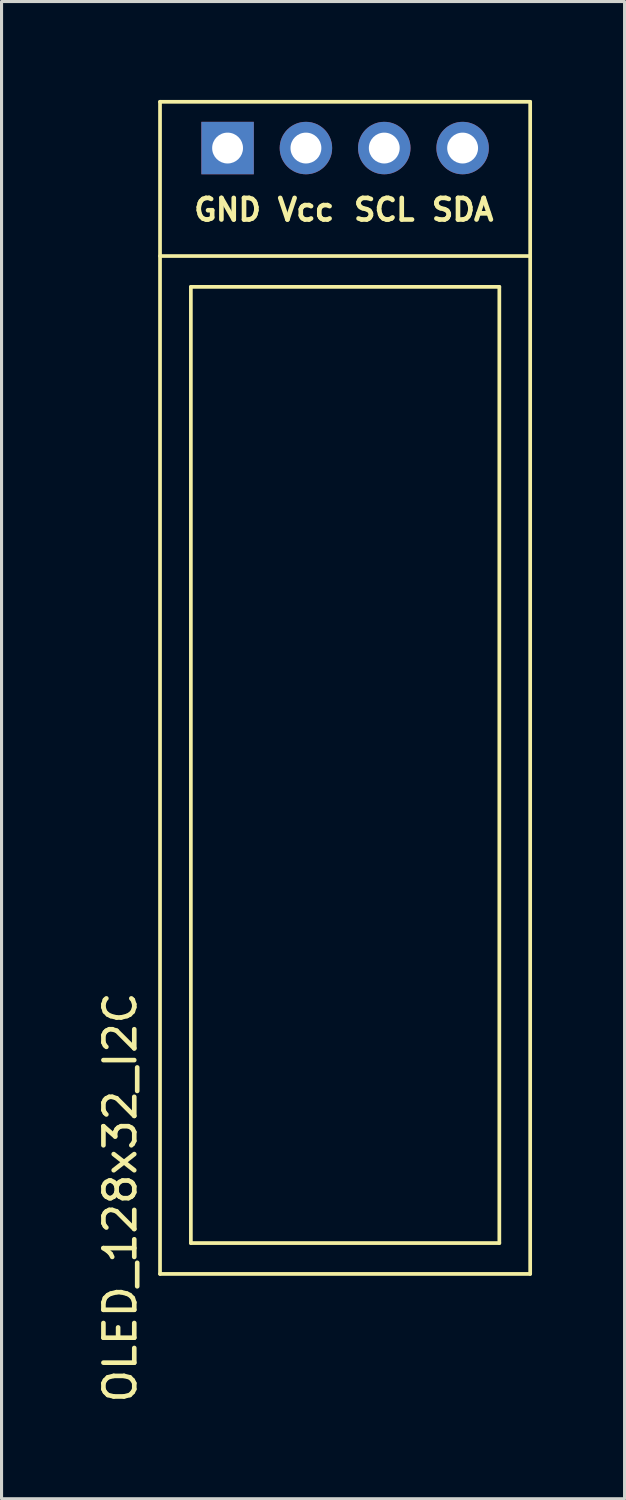
<source format=kicad_pcb>
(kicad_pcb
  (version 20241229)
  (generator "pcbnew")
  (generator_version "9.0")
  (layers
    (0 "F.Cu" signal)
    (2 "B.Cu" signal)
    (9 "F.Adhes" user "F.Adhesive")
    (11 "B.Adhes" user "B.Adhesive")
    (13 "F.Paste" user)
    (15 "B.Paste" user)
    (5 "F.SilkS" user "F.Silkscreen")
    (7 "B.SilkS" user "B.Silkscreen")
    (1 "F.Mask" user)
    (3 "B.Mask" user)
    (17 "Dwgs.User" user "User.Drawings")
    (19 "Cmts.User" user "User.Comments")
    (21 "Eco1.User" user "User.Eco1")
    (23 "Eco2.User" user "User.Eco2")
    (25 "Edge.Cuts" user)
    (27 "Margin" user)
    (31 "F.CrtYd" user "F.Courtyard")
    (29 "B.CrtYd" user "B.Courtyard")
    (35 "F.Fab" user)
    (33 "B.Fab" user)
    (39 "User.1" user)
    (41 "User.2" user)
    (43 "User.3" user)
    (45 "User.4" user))
  (footprint "OLED_128x32_I2C"
    (layer "F.Cu")
    (at 2.138 0.25)
    (property "Reference" "OLED_128x32_I2C" (at -1.29 35.52 270) (layer "F.SilkS") (effects (font (size 1 1) (thickness 0.15))))
    (attr through_hole)
    (fp_line (start 0 0) (end 0 38) (stroke (width 0.12) (type solid)) (layer "F.SilkS"))
    (fp_line (start 0 5) (end 12 5) (stroke (width 0.12) (type solid)) (layer "F.SilkS"))
    (fp_line (start 0 38) (end 12 38) (stroke (width 0.12) (type solid)) (layer "F.SilkS"))
    (fp_line (start 1 6) (end 1 37) (stroke (width 0.12) (type solid)) (layer "F.SilkS"))
    (fp_line (start 1 6) (end 11 6) (stroke (width 0.12) (type solid)) (layer "F.SilkS"))
    (fp_line (start 1 37) (end 11 37) (stroke (width 0.12) (type solid)) (layer "F.SilkS"))
    (fp_line (start 11 37) (end 11 6) (stroke (width 0.12) (type solid)) (layer "F.SilkS"))
    (fp_line (start 12 0) (end 0 0) (stroke (width 0.12) (type solid)) (layer "F.SilkS"))
    (fp_line (start 12 38) (end 12 0) (stroke (width 0.12) (type solid)) (layer "F.SilkS"))
    (fp_text user "Vcc" (at 4.73 3.5 180) (layer "F.SilkS") (effects (font (size 0.7 0.7) (thickness 0.15))))
    (fp_text user "SCL" (at 7.27 3.5 180) (layer "F.SilkS") (effects (font (size 0.7 0.7) (thickness 0.15))))
    (fp_text user "GND" (at 2.19 3.5 180) (layer "F.SilkS") (effects (font (size 0.7 0.7) (thickness 0.15))))
    (fp_text user "SDA" (at 9.81 3.5 180) (layer "F.SilkS") (effects (font (size 0.7 0.7) (thickness 0.15))))
    (pad "0" thru_hole rect (at 2.19 1.5 90) (size 1.7 1.7) (drill 1) (layers "*.Cu" "*.Mask"))
    (pad "1" thru_hole oval (at 4.73 1.5 90) (size 1.7 1.7) (drill 1) (layers "*.Cu" "*.Mask"))
    (pad "2" thru_hole oval (at 7.27 1.5 90) (size 1.7 1.7) (drill 1) (layers "*.Cu" "*.Mask"))
    (pad "3" thru_hole oval (at 9.81 1.5 90) (size 1.7 1.7) (drill 1) (layers "*.Cu" "*.Mask")))
  (gr_rect
    (start -3 -3)
    (end 17.198 45.538)
    (stroke (width 0.1) (type default))
    (fill no)
    (layer "Edge.Cuts")))
</source>
